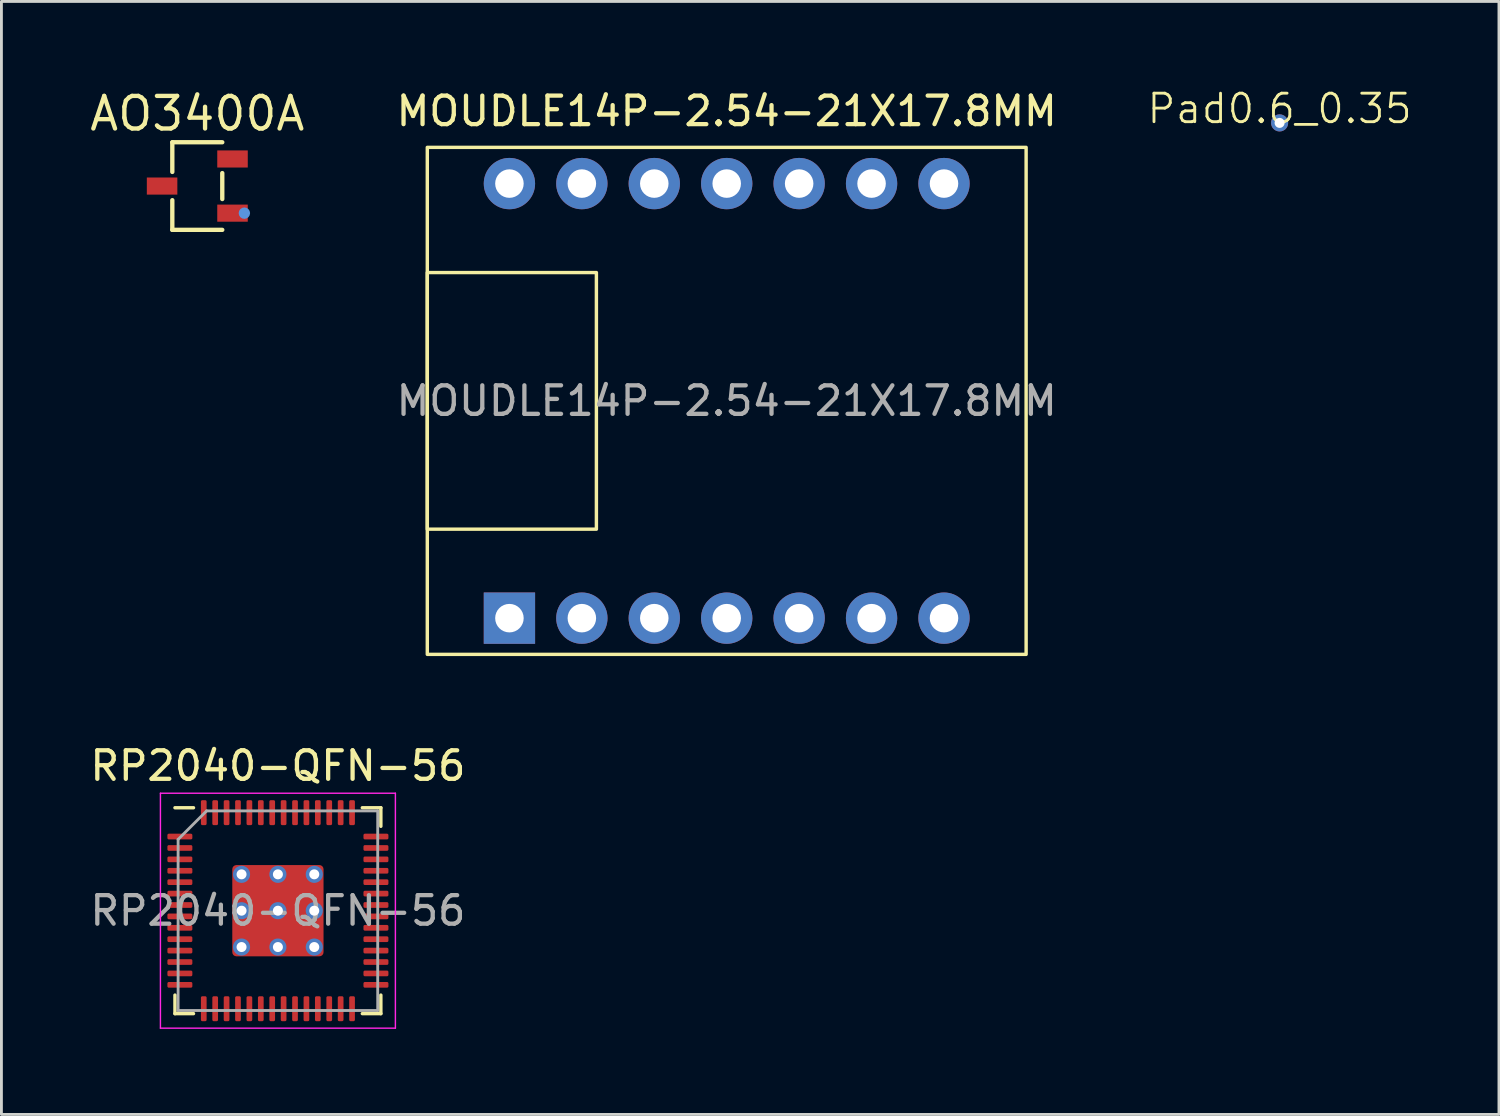
<source format=kicad_pcb>
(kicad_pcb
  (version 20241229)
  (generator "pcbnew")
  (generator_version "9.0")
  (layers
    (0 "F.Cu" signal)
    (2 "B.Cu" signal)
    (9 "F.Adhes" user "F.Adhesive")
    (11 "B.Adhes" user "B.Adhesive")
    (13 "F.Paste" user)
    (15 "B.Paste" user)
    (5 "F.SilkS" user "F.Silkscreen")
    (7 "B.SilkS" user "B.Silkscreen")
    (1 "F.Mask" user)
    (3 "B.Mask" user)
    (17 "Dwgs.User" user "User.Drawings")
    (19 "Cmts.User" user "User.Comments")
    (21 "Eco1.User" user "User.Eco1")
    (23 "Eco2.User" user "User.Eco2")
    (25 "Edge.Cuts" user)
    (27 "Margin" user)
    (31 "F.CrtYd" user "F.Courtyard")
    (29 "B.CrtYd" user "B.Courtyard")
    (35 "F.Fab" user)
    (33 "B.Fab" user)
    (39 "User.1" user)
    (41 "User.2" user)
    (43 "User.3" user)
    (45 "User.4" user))
  (footprint "Pad0.6_0.35"
    (layer "F.Cu")
    (at 41.824 1.26)
    (property "Reference" "Pad0.6_0.35" (at 0 -0.5 0) (unlocked yes) (layer "F.SilkS") (effects (font (size 1 1) (thickness 0.1))))
    (attr through_hole board_only exclude_from_pos_files exclude_from_bom)
    (pad "" thru_hole circle (at 0 0) (size 0.6 0.6) (drill 0.35) (layers "*.Cu" "*.Mask")))
  (footprint "MOUDLE14P-2.54-21X17.8MM"
    (layer "F.Cu")
    (at 22.435 11.008)
    (property "Reference" "MOUDLE14P-2.54-21X17.8MM" (at 0 -10.16 0) (unlocked yes) (layer "F.SilkS") (effects (font (size 1 1) (thickness 0.15))))
    (attr through_hole)
    (fp_rect (start -4.57 -4.5) (end -10.5 4.5) (stroke (width 0.12) (type solid)) (fill no) (layer "F.SilkS"))
    (fp_rect (start 10.5 -8.89) (end -10.5 8.89) (stroke (width 0.12) (type solid)) (fill no) (layer "F.SilkS"))
    (fp_text user "${REFERENCE}" (at 0 0 0) (unlocked yes) (layer "F.Fab") (effects (font (size 1 1) (thickness 0.15))))
    (pad "1" thru_hole rect (at -7.62 7.62) (size 1.8 1.8) (drill 1) (layers "*.Cu" "*.Mask"))
    (pad "2" thru_hole circle (at -5.08 7.62) (size 1.8 1.8) (drill 1) (layers "*.Cu" "*.Mask"))
    (pad "3" thru_hole circle (at -2.54 7.62) (size 1.8 1.8) (drill 1) (layers "*.Cu" "*.Mask"))
    (pad "4" thru_hole circle (at 0 7.62) (size 1.8 1.8) (drill 1) (layers "*.Cu" "*.Mask"))
    (pad "5" thru_hole circle (at 2.54 7.62) (size 1.8 1.8) (drill 1) (layers "*.Cu" "*.Mask"))
    (pad "6" thru_hole circle (at 5.08 7.62) (size 1.8 1.8) (drill 1) (layers "*.Cu" "*.Mask"))
    (pad "7" thru_hole circle (at 7.62 7.62) (size 1.8 1.8) (drill 1) (layers "*.Cu" "*.Mask"))
    (pad "8" thru_hole circle (at 7.62 -7.62) (size 1.8 1.8) (drill 1) (layers "*.Cu" "*.Mask"))
    (pad "9" thru_hole circle (at 5.08 -7.62) (size 1.8 1.8) (drill 1) (layers "*.Cu" "*.Mask"))
    (pad "10" thru_hole circle (at 2.54 -7.62) (size 1.8 1.8) (drill 1) (layers "*.Cu" "*.Mask"))
    (pad "11" thru_hole circle (at 0 -7.62) (size 1.8 1.8) (drill 1) (layers "*.Cu" "*.Mask"))
    (pad "12" thru_hole circle (at -2.54 -7.62) (size 1.8 1.8) (drill 1) (layers "*.Cu" "*.Mask"))
    (pad "13" thru_hole circle (at -5.08 -7.62) (size 1.8 1.8) (drill 1) (layers "*.Cu" "*.Mask"))
    (pad "14" thru_hole circle (at -7.62 -7.62) (size 1.8 1.8) (drill 1) (layers "*.Cu" "*.Mask")))
  (footprint "AO3400A"
    (layer "F.Cu")
    (at 3.869 3.475)
    (property "Reference" "AO3400A" (at 0 -2.54 0) (layer "F.SilkS") (effects (font (size 1.143 1.143) (thickness 0.152))))
    (attr smd)
    (fp_line (start -0.876 -1.536) (end -0.876 -0.495) (stroke (width 0.152) (type solid)) (layer "F.SilkS"))
    (fp_line (start -0.876 1.536) (end -0.876 0.495) (stroke (width 0.152) (type solid)) (layer "F.SilkS"))
    (fp_line (start 0.876 -1.536) (end -0.876 -1.536) (stroke (width 0.152) (type solid)) (layer "F.SilkS"))
    (fp_line (start 0.876 -0.455) (end 0.876 0.455) (stroke (width 0.152) (type solid)) (layer "F.SilkS"))
    (fp_line (start 0.876 1.536) (end -0.876 1.536) (stroke (width 0.152) (type solid)) (layer "F.SilkS"))
    (fp_circle (center 1.651 0.95) (end 1.751 0.95) (stroke (width 0.2) (type solid)) (fill no) (layer "Cmts.User"))
    (pad "1" smd rect (at 1.235 0.95) (size 1.07 0.6) (layers "F.Cu" "F.Mask" "F.Paste"))
    (pad "2" smd rect (at 1.235 -0.95) (size 1.07 0.6) (layers "F.Cu" "F.Mask" "F.Paste"))
    (pad "3" smd rect (at -1.235 0) (size 1.07 0.6) (layers "F.Cu" "F.Mask" "F.Paste")))
  (footprint "RP2040-QFN-56"
    (layer "F.Cu")
    (at 6.696 28.887)
    (property "Reference" "RP2040-QFN-56" (at 0 -5.08 0) (layer "F.SilkS") (effects (font (size 1 1) (thickness 0.15))))
    (attr smd)
    (fp_line (start -3.61 3.61) (end -3.61 2.96) (stroke (width 0.12) (type solid)) (layer "F.SilkS"))
    (fp_line (start -2.96 -3.61) (end -3.61 -3.61) (stroke (width 0.12) (type solid)) (layer "F.SilkS"))
    (fp_line (start -2.96 3.61) (end -3.61 3.61) (stroke (width 0.12) (type solid)) (layer "F.SilkS"))
    (fp_line (start 2.96 -3.61) (end 3.61 -3.61) (stroke (width 0.12) (type solid)) (layer "F.SilkS"))
    (fp_line (start 2.96 3.61) (end 3.61 3.61) (stroke (width 0.12) (type solid)) (layer "F.SilkS"))
    (fp_line (start 3.61 -3.61) (end 3.61 -2.96) (stroke (width 0.12) (type solid)) (layer "F.SilkS"))
    (fp_line (start 3.61 3.61) (end 3.61 2.96) (stroke (width 0.12) (type solid)) (layer "F.SilkS"))
    (fp_line (start -4.12 -4.12) (end -4.12 4.12) (stroke (width 0.05) (type solid)) (layer "F.CrtYd"))
    (fp_line (start -4.12 4.12) (end 4.12 4.12) (stroke (width 0.05) (type solid)) (layer "F.CrtYd"))
    (fp_line (start 4.12 -4.12) (end -4.12 -4.12) (stroke (width 0.05) (type solid)) (layer "F.CrtYd"))
    (fp_line (start 4.12 4.12) (end 4.12 -4.12) (stroke (width 0.05) (type solid)) (layer "F.CrtYd"))
    (fp_line (start -3.5 -2.5) (end -2.5 -3.5) (stroke (width 0.1) (type solid)) (layer "F.Fab"))
    (fp_line (start -3.5 3.5) (end -3.5 -2.5) (stroke (width 0.1) (type solid)) (layer "F.Fab"))
    (fp_line (start -2.5 -3.5) (end 3.5 -3.5) (stroke (width 0.1) (type solid)) (layer "F.Fab"))
    (fp_line (start 3.5 -3.5) (end 3.5 3.5) (stroke (width 0.1) (type solid)) (layer "F.Fab"))
    (fp_line (start 3.5 3.5) (end -3.5 3.5) (stroke (width 0.1) (type solid)) (layer "F.Fab"))
    (fp_text user "${REFERENCE}" (at 0 0 0) (layer "F.Fab") (effects (font (size 1 1) (thickness 0.15))))
    (pad "" smd roundrect (at -0.637 -0.637) (size 1.084 1.084) (layers "F.Paste") (roundrect_rratio 0.231))
    (pad "" smd roundrect (at -0.637 0.637) (size 1.084 1.084) (layers "F.Paste") (roundrect_rratio 0.231))
    (pad "" smd roundrect (at 0.637 -0.637) (size 1.084 1.084) (layers "F.Paste") (roundrect_rratio 0.231))
    (pad "" smd roundrect (at 0.637 0.637) (size 1.084 1.084) (layers "F.Paste") (roundrect_rratio 0.231))
    (pad "1" smd roundrect (at -3.438 -2.6) (size 0.875 0.2) (layers "F.Cu" "F.Mask" "F.Paste") (roundrect_rratio 0.25))
    (pad "2" smd roundrect (at -3.438 -2.2) (size 0.875 0.2) (layers "F.Cu" "F.Mask" "F.Paste") (roundrect_rratio 0.25))
    (pad "3" smd roundrect (at -3.438 -1.8) (size 0.875 0.2) (layers "F.Cu" "F.Mask" "F.Paste") (roundrect_rratio 0.25))
    (pad "4" smd roundrect (at -3.438 -1.4) (size 0.875 0.2) (layers "F.Cu" "F.Mask" "F.Paste") (roundrect_rratio 0.25))
    (pad "5" smd roundrect (at -3.438 -1) (size 0.875 0.2) (layers "F.Cu" "F.Mask" "F.Paste") (roundrect_rratio 0.25))
    (pad "6" smd roundrect (at -3.438 -0.6) (size 0.875 0.2) (layers "F.Cu" "F.Mask" "F.Paste") (roundrect_rratio 0.25))
    (pad "7" smd roundrect (at -3.438 -0.2) (size 0.875 0.2) (layers "F.Cu" "F.Mask" "F.Paste") (roundrect_rratio 0.25))
    (pad "8" smd roundrect (at -3.438 0.2) (size 0.875 0.2) (layers "F.Cu" "F.Mask" "F.Paste") (roundrect_rratio 0.25))
    (pad "9" smd roundrect (at -3.438 0.6) (size 0.875 0.2) (layers "F.Cu" "F.Mask" "F.Paste") (roundrect_rratio 0.25))
    (pad "10" smd roundrect (at -3.438 1) (size 0.875 0.2) (layers "F.Cu" "F.Mask" "F.Paste") (roundrect_rratio 0.25))
    (pad "11" smd roundrect (at -3.438 1.4) (size 0.875 0.2) (layers "F.Cu" "F.Mask" "F.Paste") (roundrect_rratio 0.25))
    (pad "12" smd roundrect (at -3.438 1.8) (size 0.875 0.2) (layers "F.Cu" "F.Mask" "F.Paste") (roundrect_rratio 0.25))
    (pad "13" smd roundrect (at -3.438 2.2) (size 0.875 0.2) (layers "F.Cu" "F.Mask" "F.Paste") (roundrect_rratio 0.25))
    (pad "14" smd roundrect (at -3.438 2.6) (size 0.875 0.2) (layers "F.Cu" "F.Mask" "F.Paste") (roundrect_rratio 0.25))
    (pad "15" smd roundrect (at -2.6 3.438) (size 0.2 0.875) (layers "F.Cu" "F.Mask" "F.Paste") (roundrect_rratio 0.25))
    (pad "16" smd roundrect (at -2.2 3.438) (size 0.2 0.875) (layers "F.Cu" "F.Mask" "F.Paste") (roundrect_rratio 0.25))
    (pad "17" smd roundrect (at -1.8 3.438) (size 0.2 0.875) (layers "F.Cu" "F.Mask" "F.Paste") (roundrect_rratio 0.25))
    (pad "18" smd roundrect (at -1.4 3.438) (size 0.2 0.875) (layers "F.Cu" "F.Mask" "F.Paste") (roundrect_rratio 0.25))
    (pad "19" smd roundrect (at -1 3.438) (size 0.2 0.875) (layers "F.Cu" "F.Mask" "F.Paste") (roundrect_rratio 0.25))
    (pad "20" smd roundrect (at -0.6 3.438) (size 0.2 0.875) (layers "F.Cu" "F.Mask" "F.Paste") (roundrect_rratio 0.25))
    (pad "21" smd roundrect (at -0.2 3.438) (size 0.2 0.875) (layers "F.Cu" "F.Mask" "F.Paste") (roundrect_rratio 0.25))
    (pad "22" smd roundrect (at 0.2 3.438) (size 0.2 0.875) (layers "F.Cu" "F.Mask" "F.Paste") (roundrect_rratio 0.25))
    (pad "23" smd roundrect (at 0.6 3.438) (size 0.2 0.875) (layers "F.Cu" "F.Mask" "F.Paste") (roundrect_rratio 0.25))
    (pad "24" smd roundrect (at 1 3.438) (size 0.2 0.875) (layers "F.Cu" "F.Mask" "F.Paste") (roundrect_rratio 0.25))
    (pad "25" smd roundrect (at 1.4 3.438) (size 0.2 0.875) (layers "F.Cu" "F.Mask" "F.Paste") (roundrect_rratio 0.25))
    (pad "26" smd roundrect (at 1.8 3.438) (size 0.2 0.875) (layers "F.Cu" "F.Mask" "F.Paste") (roundrect_rratio 0.25))
    (pad "27" smd roundrect (at 2.2 3.438) (size 0.2 0.875) (layers "F.Cu" "F.Mask" "F.Paste") (roundrect_rratio 0.25))
    (pad "28" smd roundrect (at 2.6 3.438) (size 0.2 0.875) (layers "F.Cu" "F.Mask" "F.Paste") (roundrect_rratio 0.25))
    (pad "29" smd roundrect (at 3.438 2.6) (size 0.875 0.2) (layers "F.Cu" "F.Mask" "F.Paste") (roundrect_rratio 0.25))
    (pad "30" smd roundrect (at 3.438 2.2) (size 0.875 0.2) (layers "F.Cu" "F.Mask" "F.Paste") (roundrect_rratio 0.25))
    (pad "31" smd roundrect (at 3.438 1.8) (size 0.875 0.2) (layers "F.Cu" "F.Mask" "F.Paste") (roundrect_rratio 0.25))
    (pad "32" smd roundrect (at 3.438 1.4) (size 0.875 0.2) (layers "F.Cu" "F.Mask" "F.Paste") (roundrect_rratio 0.25))
    (pad "33" smd roundrect (at 3.438 1) (size 0.875 0.2) (layers "F.Cu" "F.Mask" "F.Paste") (roundrect_rratio 0.25))
    (pad "34" smd roundrect (at 3.438 0.6) (size 0.875 0.2) (layers "F.Cu" "F.Mask" "F.Paste") (roundrect_rratio 0.25))
    (pad "35" smd roundrect (at 3.438 0.2) (size 0.875 0.2) (layers "F.Cu" "F.Mask" "F.Paste") (roundrect_rratio 0.25))
    (pad "36" smd roundrect (at 3.438 -0.2) (size 0.875 0.2) (layers "F.Cu" "F.Mask" "F.Paste") (roundrect_rratio 0.25))
    (pad "37" smd roundrect (at 3.438 -0.6) (size 0.875 0.2) (layers "F.Cu" "F.Mask" "F.Paste") (roundrect_rratio 0.25))
    (pad "38" smd roundrect (at 3.438 -1) (size 0.875 0.2) (layers "F.Cu" "F.Mask" "F.Paste") (roundrect_rratio 0.25))
    (pad "39" smd roundrect (at 3.438 -1.4) (size 0.875 0.2) (layers "F.Cu" "F.Mask" "F.Paste") (roundrect_rratio 0.25))
    (pad "40" smd roundrect (at 3.438 -1.8) (size 0.875 0.2) (layers "F.Cu" "F.Mask" "F.Paste") (roundrect_rratio 0.25))
    (pad "41" smd roundrect (at 3.438 -2.2) (size 0.875 0.2) (layers "F.Cu" "F.Mask" "F.Paste") (roundrect_rratio 0.25))
    (pad "42" smd roundrect (at 3.438 -2.6) (size 0.875 0.2) (layers "F.Cu" "F.Mask" "F.Paste") (roundrect_rratio 0.25))
    (pad "43" smd roundrect (at 2.6 -3.438) (size 0.2 0.875) (layers "F.Cu" "F.Mask" "F.Paste") (roundrect_rratio 0.25))
    (pad "44" smd roundrect (at 2.2 -3.438) (size 0.2 0.875) (layers "F.Cu" "F.Mask" "F.Paste") (roundrect_rratio 0.25))
    (pad "45" smd roundrect (at 1.8 -3.438) (size 0.2 0.875) (layers "F.Cu" "F.Mask" "F.Paste") (roundrect_rratio 0.25))
    (pad "46" smd roundrect (at 1.4 -3.438) (size 0.2 0.875) (layers "F.Cu" "F.Mask" "F.Paste") (roundrect_rratio 0.25))
    (pad "47" smd roundrect (at 1 -3.438) (size 0.2 0.875) (layers "F.Cu" "F.Mask" "F.Paste") (roundrect_rratio 0.25))
    (pad "48" smd roundrect (at 0.6 -3.438) (size 0.2 0.875) (layers "F.Cu" "F.Mask" "F.Paste") (roundrect_rratio 0.25))
    (pad "49" smd roundrect (at 0.2 -3.438) (size 0.2 0.875) (layers "F.Cu" "F.Mask" "F.Paste") (roundrect_rratio 0.25))
    (pad "50" smd roundrect (at -0.2 -3.438) (size 0.2 0.875) (layers "F.Cu" "F.Mask" "F.Paste") (roundrect_rratio 0.25))
    (pad "51" smd roundrect (at -0.6 -3.438) (size 0.2 0.875) (layers "F.Cu" "F.Mask" "F.Paste") (roundrect_rratio 0.25))
    (pad "52" smd roundrect (at -1 -3.438) (size 0.2 0.875) (layers "F.Cu" "F.Mask" "F.Paste") (roundrect_rratio 0.25))
    (pad "53" smd roundrect (at -1.4 -3.438) (size 0.2 0.875) (layers "F.Cu" "F.Mask" "F.Paste") (roundrect_rratio 0.25))
    (pad "54" smd roundrect (at -1.8 -3.438) (size 0.2 0.875) (layers "F.Cu" "F.Mask" "F.Paste") (roundrect_rratio 0.25))
    (pad "55" smd roundrect (at -2.2 -3.438) (size 0.2 0.875) (layers "F.Cu" "F.Mask" "F.Paste") (roundrect_rratio 0.25))
    (pad "56" smd roundrect (at -2.6 -3.438) (size 0.2 0.875) (layers "F.Cu" "F.Mask" "F.Paste") (roundrect_rratio 0.25))
    (pad "57" thru_hole circle (at -1.275 -1.275) (size 0.6 0.6) (drill 0.35) (layers "*.Cu"))
    (pad "57" thru_hole circle (at -1.275 0) (size 0.6 0.6) (drill 0.35) (layers "*.Cu"))
    (pad "57" thru_hole circle (at -1.275 1.275) (size 0.6 0.6) (drill 0.35) (layers "*.Cu"))
    (pad "57" thru_hole circle (at 0 -1.275) (size 0.6 0.6) (drill 0.35) (layers "*.Cu"))
    (pad "57" thru_hole circle (at 0 0) (size 0.6 0.6) (drill 0.35) (layers "*.Cu"))
    (pad "57" smd roundrect (at 0 0) (size 3.2 3.2) (layers "F.Cu" "F.Mask") (roundrect_rratio 0.045))
    (pad "57" thru_hole circle (at 0 1.275) (size 0.6 0.6) (drill 0.35) (layers "*.Cu"))
    (pad "57" thru_hole circle (at 1.275 -1.275) (size 0.6 0.6) (drill 0.35) (layers "*.Cu"))
    (pad "57" thru_hole circle (at 1.275 0) (size 0.6 0.6) (drill 0.35) (layers "*.Cu"))
    (pad "57" thru_hole circle (at 1.275 1.275) (size 0.6 0.6) (drill 0.35) (layers "*.Cu")))
  (gr_rect
    (start -3 -3)
    (end 49.517 36.032)
    (stroke (width 0.1) (type default))
    (fill no)
    (layer "Edge.Cuts")))
</source>
